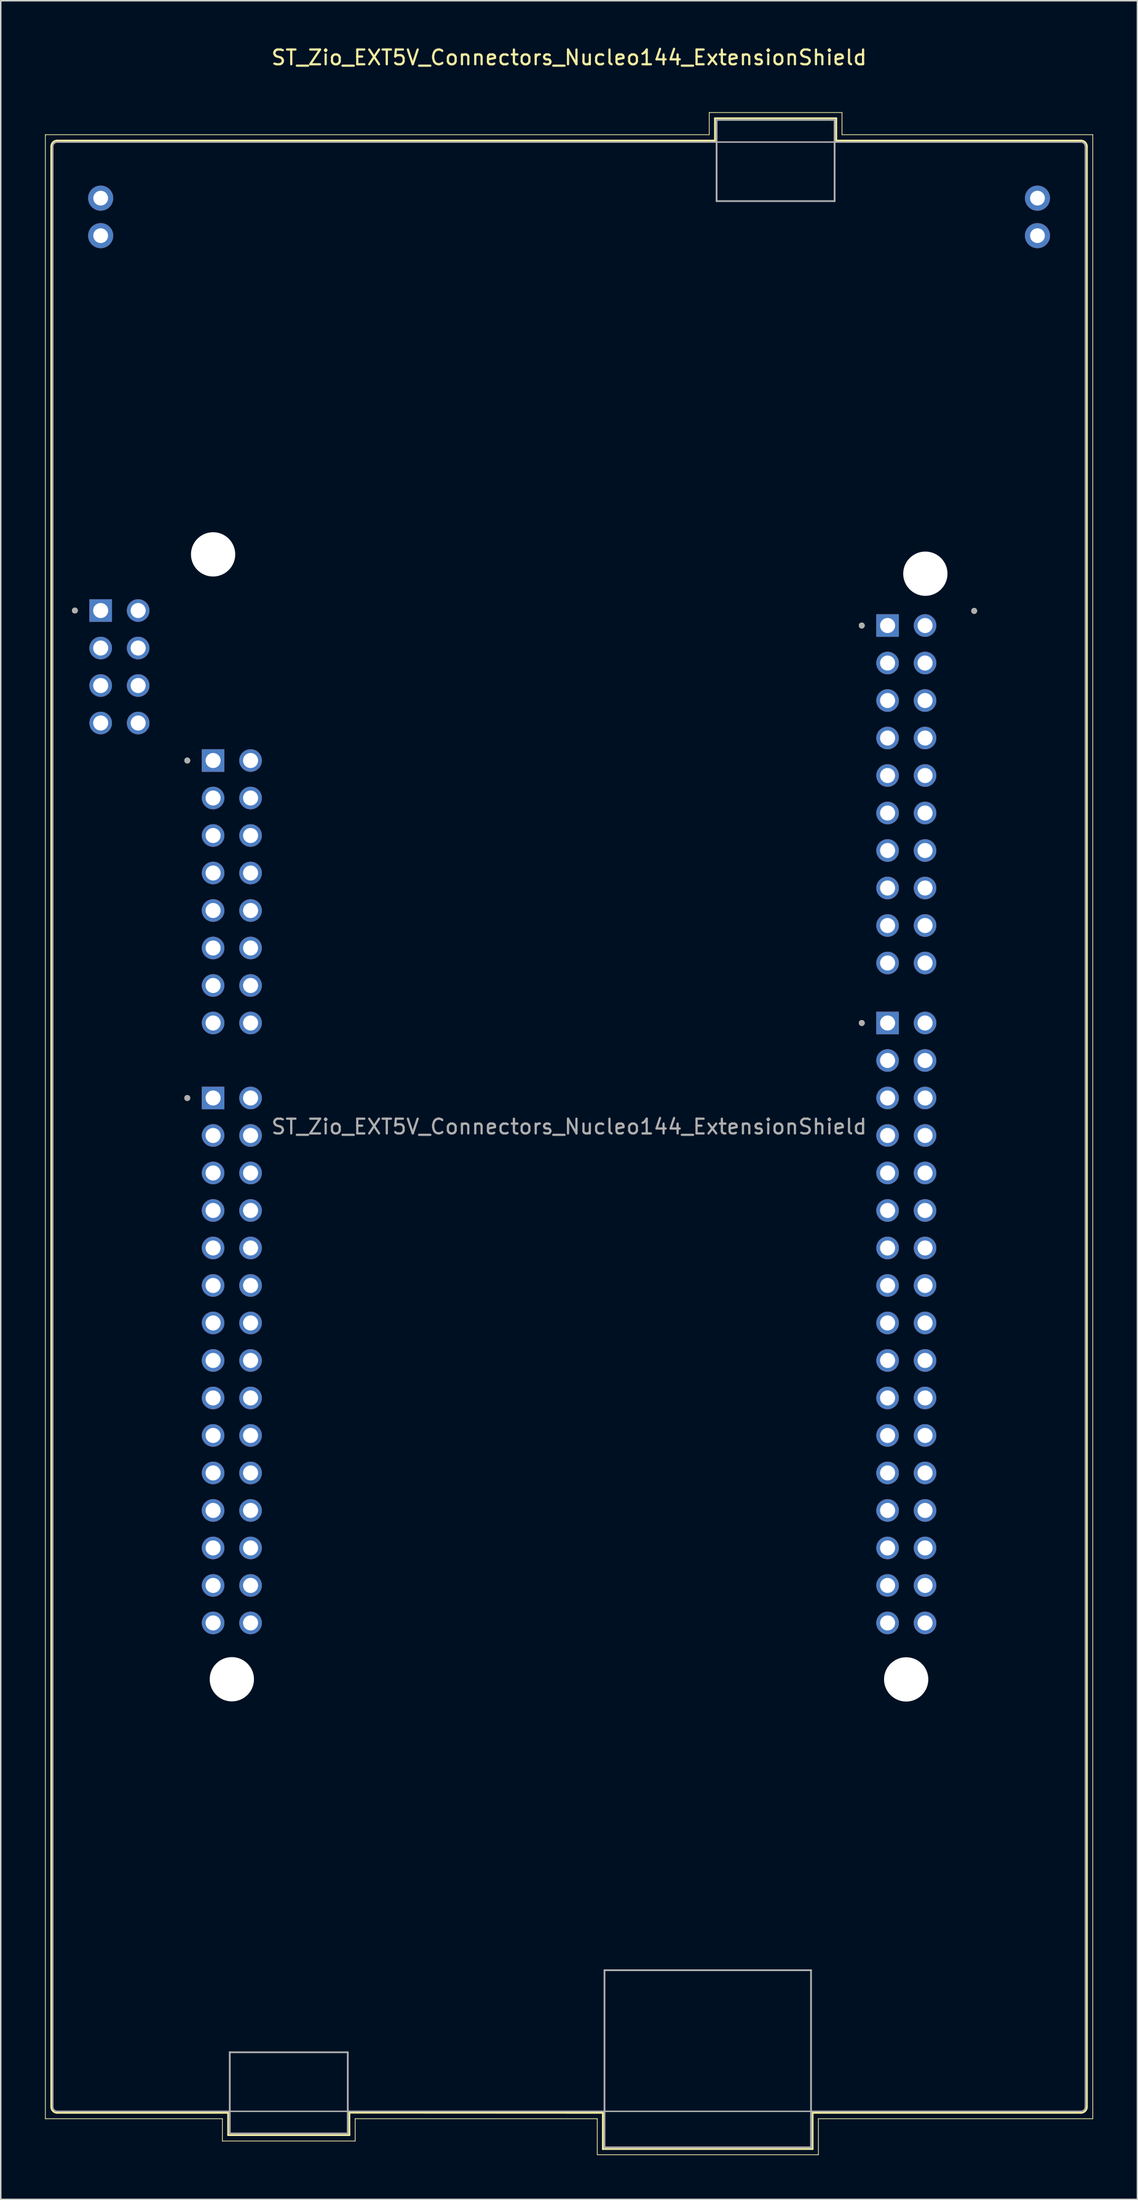
<source format=kicad_pcb>
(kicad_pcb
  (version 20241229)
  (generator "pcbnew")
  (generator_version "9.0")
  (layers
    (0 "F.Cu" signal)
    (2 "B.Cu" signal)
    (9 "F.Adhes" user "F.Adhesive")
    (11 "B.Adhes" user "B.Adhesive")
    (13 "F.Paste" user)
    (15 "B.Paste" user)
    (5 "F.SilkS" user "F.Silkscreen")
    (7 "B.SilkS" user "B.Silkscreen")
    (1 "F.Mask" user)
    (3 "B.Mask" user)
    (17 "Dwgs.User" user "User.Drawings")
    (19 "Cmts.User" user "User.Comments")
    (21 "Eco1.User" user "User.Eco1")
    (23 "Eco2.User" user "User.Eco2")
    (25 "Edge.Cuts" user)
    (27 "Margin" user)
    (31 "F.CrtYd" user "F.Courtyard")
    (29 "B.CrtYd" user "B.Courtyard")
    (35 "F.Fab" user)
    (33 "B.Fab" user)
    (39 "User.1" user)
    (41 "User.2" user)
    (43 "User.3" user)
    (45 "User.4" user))
  (footprint "ST_Zio_EXT5V_Connectors_Nucleo144_ExtensionShield"
    (layer "F.Cu")
    (at 3.775 38.313)
    (property "Reference" "ST_Zio_EXT5V_Connectors_Nucleo144_ExtensionShield" (at 31.75 -37.465 0) (layer "F.SilkS") (effects (font (size 1 1) (thickness 0.15))))
    (attr through_hole)
    (fp_line (start -3.75 -32.24) (end -3.75 102.16) (stroke (width 0.05) (type solid)) (layer "F.SilkS"))
    (fp_line (start -3.75 102.16) (end 8.25 102.16) (stroke (width 0.05) (type solid)) (layer "F.SilkS"))
    (fp_line (start -3.35 -31.44) (end -3.35 101.36) (stroke (width 0.12) (type solid)) (layer "F.SilkS"))
    (fp_line (start 8.25 102.16) (end 8.25 103.67) (stroke (width 0.05) (type solid)) (layer "F.SilkS"))
    (fp_line (start 8.25 103.67) (end 17.25 103.67) (stroke (width 0.05) (type solid)) (layer "F.SilkS"))
    (fp_line (start 8.64 101.76) (end -2.95 101.76) (stroke (width 0.12) (type solid)) (layer "F.SilkS"))
    (fp_line (start 8.64 101.76) (end 8.64 103.27) (stroke (width 0.12) (type solid)) (layer "F.SilkS"))
    (fp_line (start 8.64 103.27) (end 16.86 103.27) (stroke (width 0.12) (type solid)) (layer "F.SilkS"))
    (fp_line (start 16.86 103.27) (end 16.86 101.75) (stroke (width 0.12) (type solid)) (layer "F.SilkS"))
    (fp_line (start 17.25 102.16) (end 17.25 103.67) (stroke (width 0.05) (type solid)) (layer "F.SilkS"))
    (fp_line (start 17.25 102.16) (end 33.66 102.16) (stroke (width 0.05) (type solid)) (layer "F.SilkS"))
    (fp_line (start 33.66 104.6) (end 33.66 102.16) (stroke (width 0.05) (type solid)) (layer "F.SilkS"))
    (fp_line (start 33.66 104.6) (end 48.65 104.6) (stroke (width 0.05) (type solid)) (layer "F.SilkS"))
    (fp_line (start 34.04 101.76) (end 16.86 101.75) (stroke (width 0.12) (type solid)) (layer "F.SilkS"))
    (fp_line (start 34.04 104.21) (end 34.04 101.76) (stroke (width 0.12) (type solid)) (layer "F.SilkS"))
    (fp_line (start 41.25 -33.74) (end 50.25 -33.74) (stroke (width 0.05) (type solid)) (layer "F.SilkS"))
    (fp_line (start 41.25 -32.24) (end -3.75 -32.24) (stroke (width 0.05) (type solid)) (layer "F.SilkS"))
    (fp_line (start 41.25 -32.24) (end 41.25 -33.74) (stroke (width 0.05) (type solid)) (layer "F.SilkS"))
    (fp_line (start 41.64 -33.35) (end 49.86 -33.35) (stroke (width 0.12) (type solid)) (layer "F.SilkS"))
    (fp_line (start 41.64 -31.84) (end -2.95 -31.84) (stroke (width 0.12) (type solid)) (layer "F.SilkS"))
    (fp_line (start 41.64 -31.84) (end 41.64 -33.35) (stroke (width 0.12) (type solid)) (layer "F.SilkS"))
    (fp_line (start 48.26 101.76) (end 48.26 104.21) (stroke (width 0.12) (type solid)) (layer "F.SilkS"))
    (fp_line (start 48.26 101.76) (end 66.45 101.76) (stroke (width 0.12) (type solid)) (layer "F.SilkS"))
    (fp_line (start 48.26 104.21) (end 34.04 104.21) (stroke (width 0.12) (type solid)) (layer "F.SilkS"))
    (fp_line (start 48.65 102.16) (end 48.65 104.6) (stroke (width 0.05) (type solid)) (layer "F.SilkS"))
    (fp_line (start 49.86 -33.35) (end 49.86 -31.84) (stroke (width 0.12) (type solid)) (layer "F.SilkS"))
    (fp_line (start 49.86 -31.84) (end 66.45 -31.84) (stroke (width 0.12) (type solid)) (layer "F.SilkS"))
    (fp_line (start 50.25 -32.24) (end 50.25 -33.74) (stroke (width 0.05) (type solid)) (layer "F.SilkS"))
    (fp_line (start 50.25 -32.24) (end 67.25 -32.24) (stroke (width 0.05) (type solid)) (layer "F.SilkS"))
    (fp_line (start 66.85 101.36) (end 66.85 -31.44) (stroke (width 0.12) (type solid)) (layer "F.SilkS"))
    (fp_line (start 67.25 102.16) (end 48.65 102.16) (stroke (width 0.05) (type solid)) (layer "F.SilkS"))
    (fp_line (start 67.25 102.16) (end 67.25 -32.24) (stroke (width 0.05) (type solid)) (layer "F.SilkS"))
    (fp_arc (start -3.35 -31.44) (mid -3.232843 -31.722843) (end -2.95 -31.84) (stroke (width 0.12) (type solid)) (layer "F.SilkS"))
    (fp_arc (start -2.95 101.76) (mid -3.232843 101.642843) (end -3.35 101.36) (stroke (width 0.12) (type solid)) (layer "F.SilkS"))
    (fp_arc (start 66.45 -31.84) (mid 66.732843 -31.722843) (end 66.85 -31.44) (stroke (width 0.12) (type solid)) (layer "F.SilkS"))
    (fp_arc (start 66.85 101.36) (mid 66.732843 101.642843) (end 66.45 101.76) (stroke (width 0.12) (type solid)) (layer "F.SilkS"))
    (fp_circle (center -1.75 -0.005) (end -1.65 -0.005) (stroke (width 0.2) (type solid)) (fill no) (layer "F.SilkS"))
    (fp_circle (center 5.87 10.155) (end 5.97 10.155) (stroke (width 0.2) (type solid)) (fill no) (layer "F.SilkS"))
    (fp_circle (center 5.87 33.015) (end 5.97 33.015) (stroke (width 0.2) (type solid)) (fill no) (layer "F.SilkS"))
    (fp_circle (center 51.59 1.011) (end 51.69 1.011) (stroke (width 0.2) (type solid)) (fill no) (layer "F.SilkS"))
    (fp_circle (center 51.59 27.935) (end 51.69 27.935) (stroke (width 0.2) (type solid)) (fill no) (layer "F.SilkS"))
    (fp_circle (center 59.21 0.02) (end 59.31 0.02) (stroke (width 0.2) (type solid)) (fill no) (layer "F.SilkS"))
    (fp_line (start -3.25 101.36) (end -3.25 -31.44) (stroke (width 0.1) (type solid)) (layer "F.Fab"))
    (fp_line (start 8.75 97.66) (end 16.75 97.66) (stroke (width 0.12) (type solid)) (layer "F.Fab"))
    (fp_line (start 8.75 103.16) (end 8.75 97.65) (stroke (width 0.12) (type solid)) (layer "F.Fab"))
    (fp_line (start 8.75 103.16) (end 16.75 103.16) (stroke (width 0.12) (type solid)) (layer "F.Fab"))
    (fp_line (start 16.75 97.66) (end 16.75 103.16) (stroke (width 0.12) (type solid)) (layer "F.Fab"))
    (fp_line (start 34.15 92.1) (end 48.15 92.1) (stroke (width 0.12) (type solid)) (layer "F.Fab"))
    (fp_line (start 34.15 104.1) (end 34.15 92.1) (stroke (width 0.12) (type solid)) (layer "F.Fab"))
    (fp_line (start 34.15 104.1) (end 48.15 104.1) (stroke (width 0.12) (type solid)) (layer "F.Fab"))
    (fp_line (start 41.75 -33.24) (end 49.75 -33.24) (stroke (width 0.12) (type solid)) (layer "F.Fab"))
    (fp_line (start 41.75 -27.74) (end 41.75 -33.24) (stroke (width 0.12) (type solid)) (layer "F.Fab"))
    (fp_line (start 41.75 -27.74) (end 49.75 -27.74) (stroke (width 0.12) (type solid)) (layer "F.Fab"))
    (fp_line (start 48.15 104.1) (end 48.15 92.1) (stroke (width 0.12) (type solid)) (layer "F.Fab"))
    (fp_line (start 49.75 -33.24) (end 49.75 -27.74) (stroke (width 0.12) (type solid)) (layer "F.Fab"))
    (fp_line (start 66.45 -31.74) (end -2.95 -31.74) (stroke (width 0.1) (type solid)) (layer "F.Fab"))
    (fp_line (start 66.45 101.66) (end -2.95 101.66) (stroke (width 0.1) (type solid)) (layer "F.Fab"))
    (fp_line (start 66.75 101.36) (end 66.75 -31.44) (stroke (width 0.1) (type solid)) (layer "F.Fab"))
    (fp_arc (start -3.25 -31.44) (mid -3.162132 -31.652132) (end -2.95 -31.74) (stroke (width 0.1) (type solid)) (layer "F.Fab"))
    (fp_arc (start -2.95 101.66) (mid -3.162132 101.572132) (end -3.25 101.36) (stroke (width 0.1) (type solid)) (layer "F.Fab"))
    (fp_arc (start 66.45 -31.74) (mid 66.662132 -31.652132) (end 66.75 -31.44) (stroke (width 0.1) (type solid)) (layer "F.Fab"))
    (fp_arc (start 66.75 101.36) (mid 66.662132 101.572132) (end 66.45 101.66) (stroke (width 0.1) (type solid)) (layer "F.Fab"))
    (fp_circle (center -1.75 -0.005) (end -1.65 -0.005) (stroke (width 0.2) (type solid)) (fill no) (layer "F.Fab"))
    (fp_circle (center 5.87 10.155) (end 5.97 10.155) (stroke (width 0.2) (type solid)) (fill no) (layer "F.Fab"))
    (fp_circle (center 5.87 33.015) (end 5.97 33.015) (stroke (width 0.2) (type solid)) (fill no) (layer "F.Fab"))
    (fp_circle (center 51.59 1.011) (end 51.69 1.011) (stroke (width 0.2) (type solid)) (fill no) (layer "F.Fab"))
    (fp_circle (center 51.59 27.935) (end 51.69 27.935) (stroke (width 0.2) (type solid)) (fill no) (layer "F.Fab"))
    (fp_circle (center 59.21 0.02) (end 59.31 0.02) (stroke (width 0.2) (type solid)) (fill no) (layer "F.Fab"))
    (fp_text user "${REFERENCE}" (at 31.75 34.96 0) (layer "F.Fab") (effects (font (size 1 1) (thickness 0.15))))
    (pad "" np_thru_hole circle (at 7.62 -3.81) (size 3 3) (drill 3) (layers "*.Cu" "*.Mask"))
    (pad "" np_thru_hole circle (at 8.89 72.39) (size 3 3) (drill 3) (layers "*.Cu" "*.Mask"))
    (pad "" np_thru_hole circle (at 54.6 72.4) (size 3 3) (drill 3) (layers "*.Cu" "*.Mask"))
    (pad "" np_thru_hole circle (at 55.9 -2.5) (size 3 3) (drill 3) (layers "*.Cu" "*.Mask"))
    (pad "CN2_1" thru_hole circle (at 0 -27.94) (size 1.7 1.7) (drill 1) (layers "*.Cu" "*.Mask"))
    (pad "CN2_2" thru_hole circle (at 0 -25.4) (size 1.7 1.7) (drill 1) (layers "*.Cu" "*.Mask"))
    (pad "CN3_1" thru_hole circle (at 63.5 -27.94) (size 1.7 1.7) (drill 1) (layers "*.Cu" "*.Mask"))
    (pad "CN3_2" thru_hole circle (at 63.5 -25.4) (size 1.7 1.7) (drill 1) (layers "*.Cu" "*.Mask"))
    (pad "CN7_1" thru_hole rect (at 53.34 1.011) (size 1.53 1.53) (drill 1.02) (layers "*.Cu" "*.Mask"))
    (pad "CN7_2" thru_hole circle (at 55.88 1.011) (size 1.53 1.53) (drill 1.02) (layers "*.Cu" "*.Mask"))
    (pad "CN7_3" thru_hole circle (at 53.34 3.551) (size 1.53 1.53) (drill 1.02) (layers "*.Cu" "*.Mask"))
    (pad "CN7_4" thru_hole circle (at 55.88 3.551) (size 1.53 1.53) (drill 1.02) (layers "*.Cu" "*.Mask"))
    (pad "CN7_5" thru_hole circle (at 53.34 6.091) (size 1.53 1.53) (drill 1.02) (layers "*.Cu" "*.Mask"))
    (pad "CN7_6" thru_hole circle (at 55.88 6.091) (size 1.53 1.53) (drill 1.02) (layers "*.Cu" "*.Mask"))
    (pad "CN7_7" thru_hole circle (at 53.34 8.631) (size 1.53 1.53) (drill 1.02) (layers "*.Cu" "*.Mask"))
    (pad "CN7_8" thru_hole circle (at 55.88 8.631) (size 1.53 1.53) (drill 1.02) (layers "*.Cu" "*.Mask"))
    (pad "CN7_9" thru_hole circle (at 53.34 11.171) (size 1.53 1.53) (drill 1.02) (layers "*.Cu" "*.Mask"))
    (pad "CN7_10" thru_hole circle (at 55.88 11.171) (size 1.53 1.53) (drill 1.02) (layers "*.Cu" "*.Mask"))
    (pad "CN7_11" thru_hole circle (at 53.34 13.711) (size 1.53 1.53) (drill 1.02) (layers "*.Cu" "*.Mask"))
    (pad "CN7_12" thru_hole circle (at 55.88 13.711) (size 1.53 1.53) (drill 1.02) (layers "*.Cu" "*.Mask"))
    (pad "CN7_13" thru_hole circle (at 53.34 16.251) (size 1.53 1.53) (drill 1.02) (layers "*.Cu" "*.Mask"))
    (pad "CN7_14" thru_hole circle (at 55.88 16.251) (size 1.53 1.53) (drill 1.02) (layers "*.Cu" "*.Mask"))
    (pad "CN7_15" thru_hole circle (at 53.34 18.791) (size 1.53 1.53) (drill 1.02) (layers "*.Cu" "*.Mask"))
    (pad "CN7_16" thru_hole circle (at 55.88 18.791) (size 1.53 1.53) (drill 1.02) (layers "*.Cu" "*.Mask"))
    (pad "CN7_17" thru_hole circle (at 53.34 21.331) (size 1.53 1.53) (drill 1.02) (layers "*.Cu" "*.Mask"))
    (pad "CN7_18" thru_hole circle (at 55.88 21.331) (size 1.53 1.53) (drill 1.02) (layers "*.Cu" "*.Mask"))
    (pad "CN7_19" thru_hole circle (at 53.34 23.871) (size 1.53 1.53) (drill 1.02) (layers "*.Cu" "*.Mask"))
    (pad "CN7_20" thru_hole circle (at 55.88 23.871) (size 1.53 1.53) (drill 1.02) (layers "*.Cu" "*.Mask"))
    (pad "CN8_1" thru_hole rect (at 7.62 10.155) (size 1.53 1.53) (drill 1.02) (layers "*.Cu" "*.Mask"))
    (pad "CN8_2" thru_hole circle (at 10.16 10.155) (size 1.53 1.53) (drill 1.02) (layers "*.Cu" "*.Mask"))
    (pad "CN8_3" thru_hole circle (at 7.62 12.695) (size 1.53 1.53) (drill 1.02) (layers "*.Cu" "*.Mask"))
    (pad "CN8_4" thru_hole circle (at 10.16 12.695) (size 1.53 1.53) (drill 1.02) (layers "*.Cu" "*.Mask"))
    (pad "CN8_5" thru_hole circle (at 7.62 15.235) (size 1.53 1.53) (drill 1.02) (layers "*.Cu" "*.Mask"))
    (pad "CN8_6" thru_hole circle (at 10.16 15.235) (size 1.53 1.53) (drill 1.02) (layers "*.Cu" "*.Mask"))
    (pad "CN8_7" thru_hole circle (at 7.62 17.775) (size 1.53 1.53) (drill 1.02) (layers "*.Cu" "*.Mask"))
    (pad "CN8_8" thru_hole circle (at 10.16 17.775) (size 1.53 1.53) (drill 1.02) (layers "*.Cu" "*.Mask"))
    (pad "CN8_9" thru_hole circle (at 7.62 20.315) (size 1.53 1.53) (drill 1.02) (layers "*.Cu" "*.Mask"))
    (pad "CN8_10" thru_hole circle (at 10.16 20.315) (size 1.53 1.53) (drill 1.02) (layers "*.Cu" "*.Mask"))
    (pad "CN8_11" thru_hole circle (at 7.62 22.855) (size 1.53 1.53) (drill 1.02) (layers "*.Cu" "*.Mask"))
    (pad "CN8_12" thru_hole circle (at 10.16 22.855) (size 1.53 1.53) (drill 1.02) (layers "*.Cu" "*.Mask"))
    (pad "CN8_13" thru_hole circle (at 7.62 25.395) (size 1.53 1.53) (drill 1.02) (layers "*.Cu" "*.Mask"))
    (pad "CN8_14" thru_hole circle (at 10.16 25.395) (size 1.53 1.53) (drill 1.02) (layers "*.Cu" "*.Mask"))
    (pad "CN8_15" thru_hole circle (at 7.62 27.935) (size 1.53 1.53) (drill 1.02) (layers "*.Cu" "*.Mask"))
    (pad "CN8_16" thru_hole circle (at 10.16 27.935) (size 1.53 1.53) (drill 1.02) (layers "*.Cu" "*.Mask"))
    (pad "CN9_1" thru_hole rect (at 7.62 33.015) (size 1.53 1.53) (drill 1.02) (layers "*.Cu" "*.Mask"))
    (pad "CN9_2" thru_hole circle (at 10.16 33.015) (size 1.53 1.53) (drill 1.02) (layers "*.Cu" "*.Mask"))
    (pad "CN9_3" thru_hole circle (at 7.62 35.555) (size 1.53 1.53) (drill 1.02) (layers "*.Cu" "*.Mask"))
    (pad "CN9_4" thru_hole circle (at 10.16 35.555) (size 1.53 1.53) (drill 1.02) (layers "*.Cu" "*.Mask"))
    (pad "CN9_5" thru_hole circle (at 7.62 38.095) (size 1.53 1.53) (drill 1.02) (layers "*.Cu" "*.Mask"))
    (pad "CN9_6" thru_hole circle (at 10.16 38.095) (size 1.53 1.53) (drill 1.02) (layers "*.Cu" "*.Mask"))
    (pad "CN9_7" thru_hole circle (at 7.62 40.635) (size 1.53 1.53) (drill 1.02) (layers "*.Cu" "*.Mask"))
    (pad "CN9_8" thru_hole circle (at 10.16 40.635) (size 1.53 1.53) (drill 1.02) (layers "*.Cu" "*.Mask"))
    (pad "CN9_9" thru_hole circle (at 7.62 43.175) (size 1.53 1.53) (drill 1.02) (layers "*.Cu" "*.Mask"))
    (pad "CN9_10" thru_hole circle (at 10.16 43.175) (size 1.53 1.53) (drill 1.02) (layers "*.Cu" "*.Mask"))
    (pad "CN9_11" thru_hole circle (at 7.62 45.715) (size 1.53 1.53) (drill 1.02) (layers "*.Cu" "*.Mask"))
    (pad "CN9_12" thru_hole circle (at 10.16 45.715) (size 1.53 1.53) (drill 1.02) (layers "*.Cu" "*.Mask"))
    (pad "CN9_13" thru_hole circle (at 7.62 48.255) (size 1.53 1.53) (drill 1.02) (layers "*.Cu" "*.Mask"))
    (pad "CN9_14" thru_hole circle (at 10.16 48.255) (size 1.53 1.53) (drill 1.02) (layers "*.Cu" "*.Mask"))
    (pad "CN9_15" thru_hole circle (at 7.62 50.795) (size 1.53 1.53) (drill 1.02) (layers "*.Cu" "*.Mask"))
    (pad "CN9_16" thru_hole circle (at 10.16 50.795) (size 1.53 1.53) (drill 1.02) (layers "*.Cu" "*.Mask"))
    (pad "CN9_17" thru_hole circle (at 7.62 53.335) (size 1.53 1.53) (drill 1.02) (layers "*.Cu" "*.Mask"))
    (pad "CN9_18" thru_hole circle (at 10.16 53.335) (size 1.53 1.53) (drill 1.02) (layers "*.Cu" "*.Mask"))
    (pad "CN9_19" thru_hole circle (at 7.62 55.875) (size 1.53 1.53) (drill 1.02) (layers "*.Cu" "*.Mask"))
    (pad "CN9_20" thru_hole circle (at 10.16 55.875) (size 1.53 1.53) (drill 1.02) (layers "*.Cu" "*.Mask"))
    (pad "CN9_21" thru_hole circle (at 7.62 58.415) (size 1.53 1.53) (drill 1.02) (layers "*.Cu" "*.Mask"))
    (pad "CN9_22" thru_hole circle (at 10.16 58.415) (size 1.53 1.53) (drill 1.02) (layers "*.Cu" "*.Mask"))
    (pad "CN9_23" thru_hole circle (at 7.62 60.955) (size 1.53 1.53) (drill 1.02) (layers "*.Cu" "*.Mask"))
    (pad "CN9_24" thru_hole circle (at 10.16 60.955) (size 1.53 1.53) (drill 1.02) (layers "*.Cu" "*.Mask"))
    (pad "CN9_25" thru_hole circle (at 7.62 63.495) (size 1.53 1.53) (drill 1.02) (layers "*.Cu" "*.Mask"))
    (pad "CN9_26" thru_hole circle (at 10.16 63.495) (size 1.53 1.53) (drill 1.02) (layers "*.Cu" "*.Mask"))
    (pad "CN9_27" thru_hole circle (at 7.62 66.035) (size 1.53 1.53) (drill 1.02) (layers "*.Cu" "*.Mask"))
    (pad "CN9_28" thru_hole circle (at 10.16 66.035) (size 1.53 1.53) (drill 1.02) (layers "*.Cu" "*.Mask"))
    (pad "CN9_29" thru_hole circle (at 7.62 68.575) (size 1.53 1.53) (drill 1.02) (layers "*.Cu" "*.Mask"))
    (pad "CN9_30" thru_hole circle (at 10.16 68.575) (size 1.53 1.53) (drill 1.02) (layers "*.Cu" "*.Mask"))
    (pad "CN10_1" thru_hole rect (at 53.34 27.935) (size 1.53 1.53) (drill 1.02) (layers "*.Cu" "*.Mask"))
    (pad "CN10_2" thru_hole circle (at 55.88 27.935) (size 1.53 1.53) (drill 1.02) (layers "*.Cu" "*.Mask"))
    (pad "CN10_3" thru_hole circle (at 53.34 30.475) (size 1.53 1.53) (drill 1.02) (layers "*.Cu" "*.Mask"))
    (pad "CN10_4" thru_hole circle (at 55.88 30.475) (size 1.53 1.53) (drill 1.02) (layers "*.Cu" "*.Mask"))
    (pad "CN10_5" thru_hole circle (at 53.34 33.015) (size 1.53 1.53) (drill 1.02) (layers "*.Cu" "*.Mask"))
    (pad "CN10_6" thru_hole circle (at 55.88 33.015) (size 1.53 1.53) (drill 1.02) (layers "*.Cu" "*.Mask"))
    (pad "CN10_7" thru_hole circle (at 53.34 35.555) (size 1.53 1.53) (drill 1.02) (layers "*.Cu" "*.Mask"))
    (pad "CN10_8" thru_hole circle (at 55.88 35.555) (size 1.53 1.53) (drill 1.02) (layers "*.Cu" "*.Mask"))
    (pad "CN10_9" thru_hole circle (at 53.34 38.095) (size 1.53 1.53) (drill 1.02) (layers "*.Cu" "*.Mask"))
    (pad "CN10_10" thru_hole circle (at 55.88 38.095) (size 1.53 1.53) (drill 1.02) (layers "*.Cu" "*.Mask"))
    (pad "CN10_11" thru_hole circle (at 53.34 40.635) (size 1.53 1.53) (drill 1.02) (layers "*.Cu" "*.Mask"))
    (pad "CN10_12" thru_hole circle (at 55.88 40.635) (size 1.53 1.53) (drill 1.02) (layers "*.Cu" "*.Mask"))
    (pad "CN10_13" thru_hole circle (at 53.34 43.175) (size 1.53 1.53) (drill 1.02) (layers "*.Cu" "*.Mask"))
    (pad "CN10_14" thru_hole circle (at 55.88 43.175) (size 1.53 1.53) (drill 1.02) (layers "*.Cu" "*.Mask"))
    (pad "CN10_15" thru_hole circle (at 53.34 45.715) (size 1.53 1.53) (drill 1.02) (layers "*.Cu" "*.Mask"))
    (pad "CN10_16" thru_hole circle (at 55.88 45.715) (size 1.53 1.53) (drill 1.02) (layers "*.Cu" "*.Mask"))
    (pad "CN10_17" thru_hole circle (at 53.34 48.255) (size 1.53 1.53) (drill 1.02) (layers "*.Cu" "*.Mask"))
    (pad "CN10_18" thru_hole circle (at 55.88 48.255) (size 1.53 1.53) (drill 1.02) (layers "*.Cu" "*.Mask"))
    (pad "CN10_19" thru_hole circle (at 53.34 50.795) (size 1.53 1.53) (drill 1.02) (layers "*.Cu" "*.Mask"))
    (pad "CN10_20" thru_hole circle (at 55.88 50.795) (size 1.53 1.53) (drill 1.02) (layers "*.Cu" "*.Mask"))
    (pad "CN10_21" thru_hole circle (at 53.34 53.335) (size 1.53 1.53) (drill 1.02) (layers "*.Cu" "*.Mask"))
    (pad "CN10_22" thru_hole circle (at 55.88 53.335) (size 1.53 1.53) (drill 1.02) (layers "*.Cu" "*.Mask"))
    (pad "CN10_23" thru_hole circle (at 53.34 55.875) (size 1.53 1.53) (drill 1.02) (layers "*.Cu" "*.Mask"))
    (pad "CN10_24" thru_hole circle (at 55.88 55.875) (size 1.53 1.53) (drill 1.02) (layers "*.Cu" "*.Mask"))
    (pad "CN10_25" thru_hole circle (at 53.34 58.415) (size 1.53 1.53) (drill 1.02) (layers "*.Cu" "*.Mask"))
    (pad "CN10_26" thru_hole circle (at 55.88 58.415) (size 1.53 1.53) (drill 1.02) (layers "*.Cu" "*.Mask"))
    (pad "CN10_27" thru_hole circle (at 53.34 60.955) (size 1.53 1.53) (drill 1.02) (layers "*.Cu" "*.Mask"))
    (pad "CN10_28" thru_hole circle (at 55.88 60.955) (size 1.53 1.53) (drill 1.02) (layers "*.Cu" "*.Mask"))
    (pad "CN10_29" thru_hole circle (at 53.34 63.495) (size 1.53 1.53) (drill 1.02) (layers "*.Cu" "*.Mask"))
    (pad "CN10_30" thru_hole circle (at 55.88 63.495) (size 1.53 1.53) (drill 1.02) (layers "*.Cu" "*.Mask"))
    (pad "CN10_31" thru_hole circle (at 53.34 66.035) (size 1.53 1.53) (drill 1.02) (layers "*.Cu" "*.Mask"))
    (pad "CN10_32" thru_hole circle (at 55.88 66.035) (size 1.53 1.53) (drill 1.02) (layers "*.Cu" "*.Mask"))
    (pad "CN10_33" thru_hole circle (at 53.34 68.575) (size 1.53 1.53) (drill 1.02) (layers "*.Cu" "*.Mask"))
    (pad "CN10_34" thru_hole circle (at 55.88 68.575) (size 1.53 1.53) (drill 1.02) (layers "*.Cu" "*.Mask"))
    (pad "CN11_1" thru_hole rect (at 0 -0.005) (size 1.53 1.53) (drill 1.02) (layers "*.Cu" "*.Mask"))
    (pad "CN11_2" thru_hole circle (at 2.54 -0.005) (size 1.53 1.53) (drill 1.02) (layers "*.Cu" "*.Mask"))
    (pad "CN11_3" thru_hole circle (at 0 2.535) (size 1.53 1.53) (drill 1.02) (layers "*.Cu" "*.Mask"))
    (pad "CN11_4" thru_hole circle (at 2.54 2.535) (size 1.53 1.53) (drill 1.02) (layers "*.Cu" "*.Mask"))
    (pad "CN11_5" thru_hole circle (at 0 5.075) (size 1.53 1.53) (drill 1.02) (layers "*.Cu" "*.Mask"))
    (pad "CN11_6" thru_hole circle (at 2.54 5.075) (size 1.53 1.53) (drill 1.02) (layers "*.Cu" "*.Mask"))
    (pad "CN11_7" thru_hole circle (at 0 7.615) (size 1.53 1.53) (drill 1.02) (layers "*.Cu" "*.Mask"))
    (pad "CN11_8" thru_hole circle (at 2.54 7.615) (size 1.53 1.53) (drill 1.02) (layers "*.Cu" "*.Mask")))
  (gr_rect
    (start -3 -3)
    (end 74.05 145.938)
    (stroke (width 0.1) (type default))
    (fill no)
    (layer "Edge.Cuts")))
</source>
